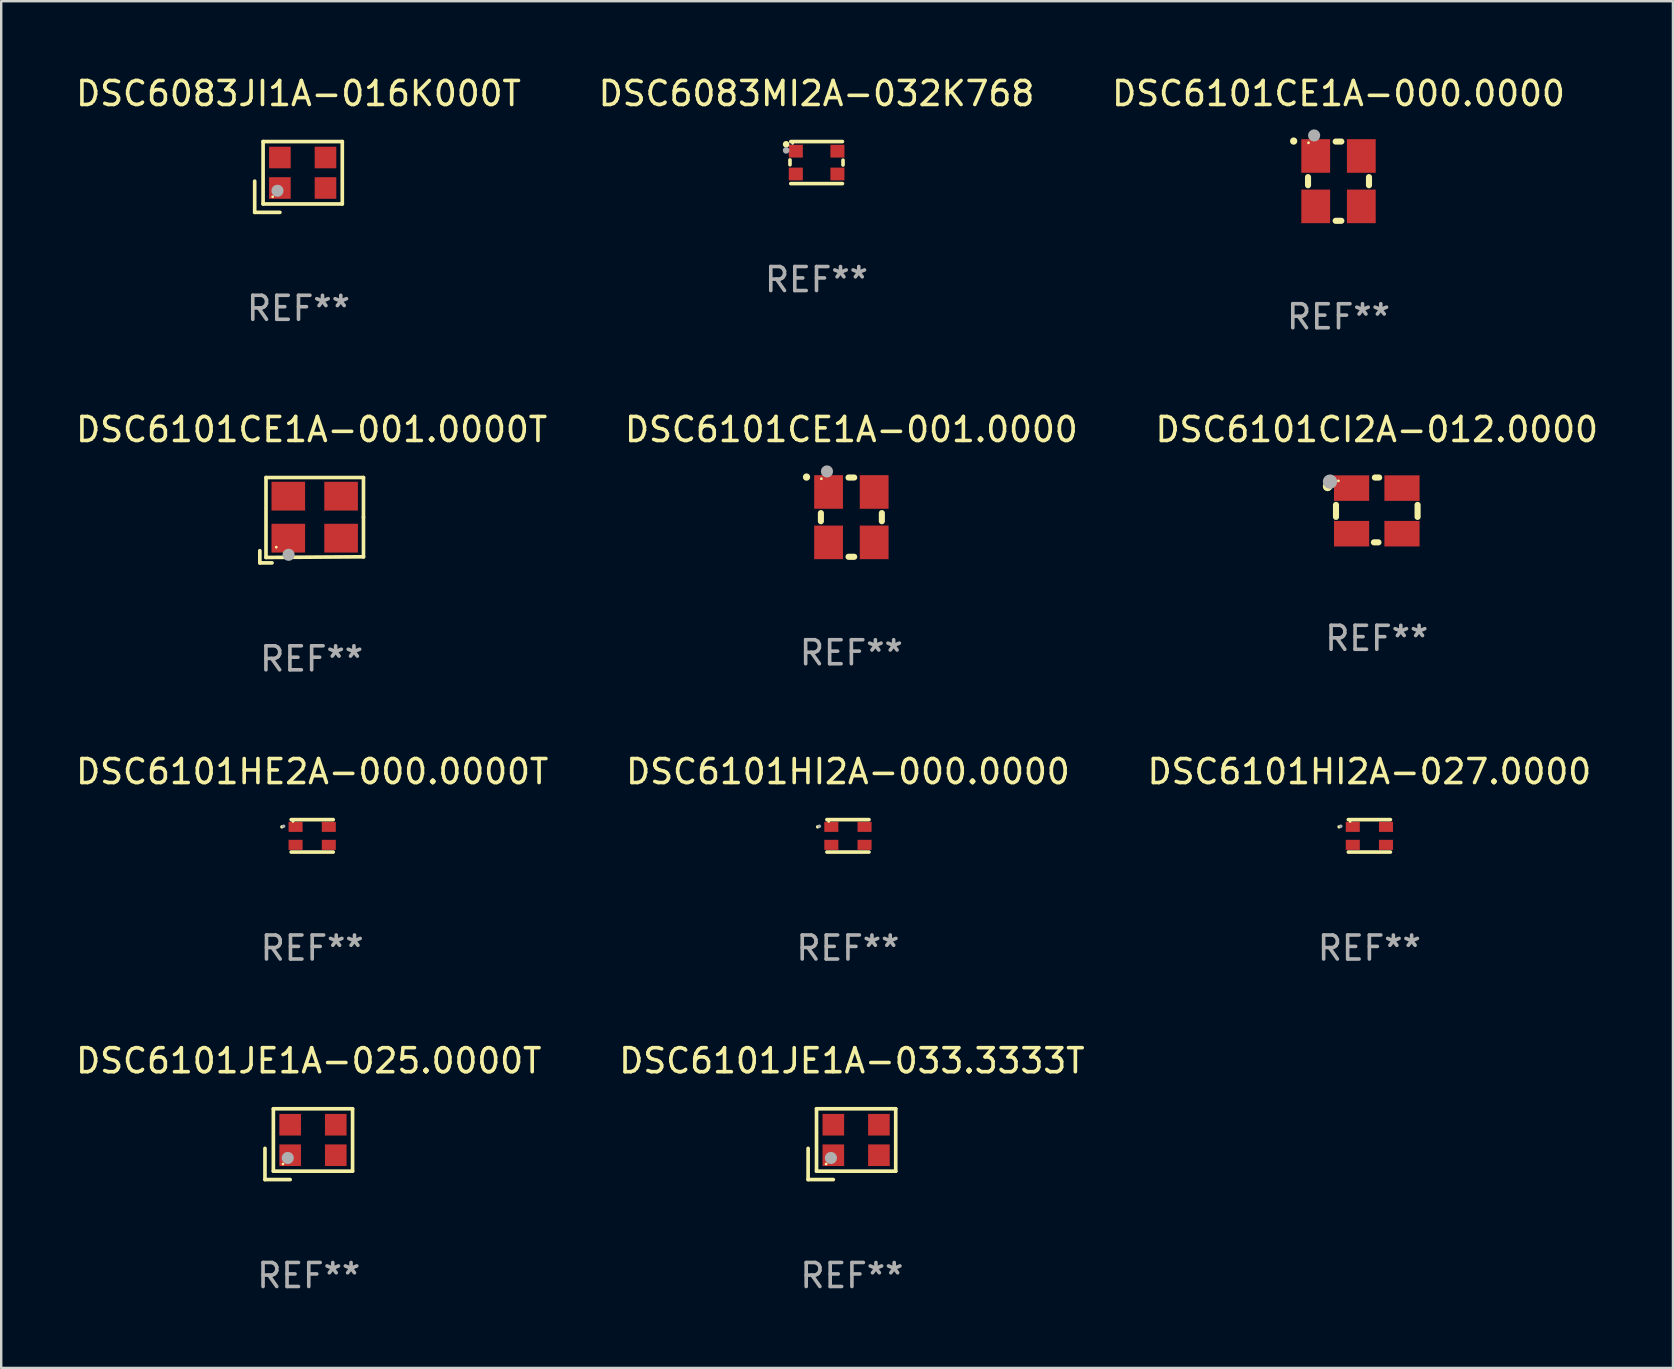
<source format=kicad_pcb>
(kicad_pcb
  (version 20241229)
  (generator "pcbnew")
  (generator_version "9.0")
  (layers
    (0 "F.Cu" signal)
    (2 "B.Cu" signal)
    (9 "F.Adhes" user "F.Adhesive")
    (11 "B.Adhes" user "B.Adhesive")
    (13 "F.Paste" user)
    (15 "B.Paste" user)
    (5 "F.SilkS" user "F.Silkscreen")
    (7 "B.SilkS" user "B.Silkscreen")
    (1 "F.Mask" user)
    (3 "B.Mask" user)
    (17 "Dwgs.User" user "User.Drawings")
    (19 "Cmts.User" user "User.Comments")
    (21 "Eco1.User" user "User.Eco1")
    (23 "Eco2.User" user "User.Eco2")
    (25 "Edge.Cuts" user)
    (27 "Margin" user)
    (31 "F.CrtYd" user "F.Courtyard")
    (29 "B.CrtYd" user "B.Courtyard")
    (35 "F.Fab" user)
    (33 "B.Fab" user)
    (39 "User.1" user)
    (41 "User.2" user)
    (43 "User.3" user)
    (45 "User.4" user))
  (footprint "DSC6101HE2A-000.0000T"
    (layer "F.Cu")
    (at 9.958 31.776)
    (property "Reference" "DSC6101HE2A-000.0000T" (at 0 -2.676 0) (layer "F.SilkS") (effects (font (size 1 1) (thickness 0.15))))
    (attr through_hole)
    (fp_line (start -0.876 -0.676) (end 0.876 -0.676) (stroke (width 0.152) (type solid)) (layer "F.SilkS"))
    (fp_line (start -0.876 0.676) (end 0.876 0.676) (stroke (width 0.152) (type solid)) (layer "F.SilkS"))
    (fp_circle (center -1.261 -0.375) (end -1.223 -0.375) (stroke (width 0.075) (type solid)) (fill no) (layer "F.SilkS"))
    (fp_circle (center -0.8 -0.6) (end -0.77 -0.6) (stroke (width 0.06) (type solid)) (fill no) (layer "F.SilkS"))
    (fp_circle (center -1.19 -0.4) (end -1.152 -0.4) (stroke (width 0.075) (type solid)) (fill no) (layer "F.Fab"))
    (fp_text user "REF**" (at 0 4.676 0) (layer "F.Fab") (effects (font (size 1 1) (thickness 0.15))))
    (pad "1" smd rect (at -0.692 -0.375) (size 0.585 0.42) (layers "F.Cu" "F.Mask" "F.Paste"))
    (pad "2" smd rect (at -0.692 0.375) (size 0.585 0.42) (layers "F.Cu" "F.Mask" "F.Paste"))
    (pad "3" smd rect (at 0.692 0.375) (size 0.585 0.42) (layers "F.Cu" "F.Mask" "F.Paste"))
    (pad "4" smd rect (at 0.692 -0.375) (size 0.585 0.42) (layers "F.Cu" "F.Mask" "F.Paste")))
  (footprint "DSC6101CE1A-001.0000"
    (layer "F.Cu")
    (at 32.423 18.498)
    (property "Reference" "DSC6101CE1A-001.0000" (at 0 -3.651 0) (layer "F.SilkS") (effects (font (size 1 1) (thickness 0.15))))
    (attr through_hole)
    (fp_line (start -1.27 -0.169) (end -1.27 0.169) (stroke (width 0.254) (type solid)) (layer "F.SilkS"))
    (fp_line (start 0.119 -1.651) (end -0.119 -1.651) (stroke (width 0.254) (type solid)) (layer "F.SilkS"))
    (fp_line (start 0.119 1.651) (end -0.119 1.651) (stroke (width 0.254) (type solid)) (layer "F.SilkS"))
    (fp_line (start 1.27 -0.169) (end 1.27 0.169) (stroke (width 0.254) (type solid)) (layer "F.SilkS"))
    (fp_arc (start -1.868631 -1.669799) (mid -1.868636 -1.671069) (end -1.868631 -1.672339) (stroke (width 0.3) (type solid)) (layer "F.SilkS"))
    (fp_circle (center -1.25 -1.6) (end -1.22 -1.6) (stroke (width 0.06) (type solid)) (fill no) (layer "F.SilkS"))
    (fp_circle (center -1.016 -1.905) (end -0.889 -1.905) (stroke (width 0.254) (type solid)) (fill no) (layer "F.Fab"))
    (fp_text user "REF**" (at 0 5.651 0) (layer "F.Fab") (effects (font (size 1 1) (thickness 0.15))))
    (pad "1" smd rect (at -0.95 -1.05 90) (size 1.4 1.2) (layers "F.Cu" "F.Mask" "F.Paste"))
    (pad "2" smd rect (at -0.95 1.05 90) (size 1.4 1.2) (layers "F.Cu" "F.Mask" "F.Paste"))
    (pad "3" smd rect (at 0.95 1.05 90) (size 1.4 1.2) (layers "F.Cu" "F.Mask" "F.Paste"))
    (pad "4" smd rect (at 0.95 -1.05 90) (size 1.4 1.2) (layers "F.Cu" "F.Mask" "F.Paste")))
  (footprint "DSC6101HI2A-027.0000"
    (layer "F.Cu")
    (at 54.006 31.776)
    (property "Reference" "DSC6101HI2A-027.0000" (at 0 -2.676 0) (layer "F.SilkS") (effects (font (size 1 1) (thickness 0.15))))
    (attr through_hole)
    (fp_line (start -0.876 -0.676) (end 0.876 -0.676) (stroke (width 0.152) (type solid)) (layer "F.SilkS"))
    (fp_line (start -0.876 0.676) (end 0.876 0.676) (stroke (width 0.152) (type solid)) (layer "F.SilkS"))
    (fp_circle (center -1.261 -0.375) (end -1.223 -0.375) (stroke (width 0.075) (type solid)) (fill no) (layer "F.SilkS"))
    (fp_circle (center -0.8 -0.6) (end -0.77 -0.6) (stroke (width 0.06) (type solid)) (fill no) (layer "F.SilkS"))
    (fp_circle (center -1.19 -0.4) (end -1.152 -0.4) (stroke (width 0.075) (type solid)) (fill no) (layer "F.Fab"))
    (fp_text user "REF**" (at 0 4.676 0) (layer "F.Fab") (effects (font (size 1 1) (thickness 0.15))))
    (pad "1" smd rect (at -0.692 -0.375) (size 0.585 0.42) (layers "F.Cu" "F.Mask" "F.Paste"))
    (pad "2" smd rect (at -0.692 0.375) (size 0.585 0.42) (layers "F.Cu" "F.Mask" "F.Paste"))
    (pad "3" smd rect (at 0.692 0.375) (size 0.585 0.42) (layers "F.Cu" "F.Mask" "F.Paste"))
    (pad "4" smd rect (at 0.692 -0.375) (size 0.585 0.42) (layers "F.Cu" "F.Mask" "F.Paste")))
  (footprint "DSC6101CE1A-001.0000T"
    (layer "F.Cu")
    (at 9.935 18.625)
    (property "Reference" "DSC6101CE1A-001.0000T" (at 0 -3.778 0) (layer "F.SilkS") (effects (font (size 1 1) (thickness 0.15))))
    (attr through_hole)
    (fp_line (start -2.159 1.27) (end -2.159 1.778) (stroke (width 0.152) (type solid)) (layer "F.SilkS"))
    (fp_line (start -2.159 1.778) (end -1.651 1.778) (stroke (width 0.152) (type solid)) (layer "F.SilkS"))
    (fp_line (start -1.902 -1.778) (end 2.159 -1.778) (stroke (width 0.152) (type solid)) (layer "F.SilkS"))
    (fp_line (start -1.902 1.552) (end -1.902 -1.778) (stroke (width 0.152) (type solid)) (layer "F.SilkS"))
    (fp_line (start 2.159 -1.778) (end 2.159 -0.127) (stroke (width 0.152) (type solid)) (layer "F.SilkS"))
    (fp_line (start 2.159 -0.127) (end 2.159 1.524) (stroke (width 0.152) (type solid)) (layer "F.SilkS"))
    (fp_line (start 2.159 1.524) (end -1.902 1.552) (stroke (width 0.152) (type solid)) (layer "F.SilkS"))
    (fp_line (start 2.159 1.524) (end 2.159 1.524) (stroke (width 0.152) (type solid)) (layer "F.SilkS"))
    (fp_circle (center -1.473 1.123) (end -1.443 1.123) (stroke (width 0.06) (type solid)) (fill no) (layer "F.SilkS"))
    (fp_circle (center -0.961 1.44) (end -0.834 1.44) (stroke (width 0.254) (type solid)) (fill no) (layer "F.Fab"))
    (fp_text user "REF**" (at 0 5.778 0) (layer "F.Fab") (effects (font (size 1 1) (thickness 0.15))))
    (pad "1" smd rect (at -0.973 0.748) (size 1.4 1.2) (layers "F.Cu" "F.Mask" "F.Paste"))
    (pad "2" smd rect (at 1.227 0.748) (size 1.4 1.2) (layers "F.Cu" "F.Mask" "F.Paste"))
    (pad "3" smd rect (at 1.227 -1.002) (size 1.4 1.2) (layers "F.Cu" "F.Mask" "F.Paste"))
    (pad "4" smd rect (at -0.973 -1.002) (size 1.4 1.2) (layers "F.Cu" "F.Mask" "F.Paste")))
  (footprint "DSC6101JE1A-033.3333T"
    (layer "F.Cu")
    (at 32.446 44.623)
    (property "Reference" "DSC6101JE1A-033.3333T" (at 0 -3.475 0) (layer "F.SilkS") (effects (font (size 1 1) (thickness 0.15))))
    (attr through_hole)
    (fp_line (start -1.825 0.175) (end -1.825 1.475) (stroke (width 0.152) (type solid)) (layer "F.SilkS"))
    (fp_line (start -1.825 1.475) (end -0.775 1.475) (stroke (width 0.152) (type solid)) (layer "F.SilkS"))
    (fp_line (start -1.475 -1.475) (end -1.475 1.125) (stroke (width 0.152) (type solid)) (layer "F.SilkS"))
    (fp_line (start -1.475 1.125) (end 1.825 1.125) (stroke (width 0.152) (type solid)) (layer "F.SilkS"))
    (fp_line (start 1.825 -1.475) (end -1.475 -1.475) (stroke (width 0.152) (type solid)) (layer "F.SilkS"))
    (fp_line (start 1.825 1.125) (end 1.825 -1.475) (stroke (width 0.152) (type solid)) (layer "F.SilkS"))
    (fp_circle (center -1.075 0.825) (end -1.045 0.825) (stroke (width 0.06) (type solid)) (fill no) (layer "F.SilkS"))
    (fp_circle (center -0.875 0.575) (end -0.748 0.575) (stroke (width 0.254) (type solid)) (fill no) (layer "F.Fab"))
    (fp_text user "REF**" (at 0 5.475 0) (layer "F.Fab") (effects (font (size 1 1) (thickness 0.15))))
    (pad "1" smd rect (at -0.775 0.46) (size 0.9 0.9) (layers "F.Cu" "F.Mask" "F.Paste"))
    (pad "2" smd rect (at 1.125 0.46) (size 0.9 0.9) (layers "F.Cu" "F.Mask" "F.Paste"))
    (pad "3" smd rect (at 1.125 -0.81) (size 0.9 0.9) (layers "F.Cu" "F.Mask" "F.Paste"))
    (pad "4" smd rect (at -0.775 -0.81) (size 0.9 0.9) (layers "F.Cu" "F.Mask" "F.Paste")))
  (footprint "DSC6101HI2A-000.0000"
    (layer "F.Cu")
    (at 32.28 31.776)
    (property "Reference" "DSC6101HI2A-000.0000" (at 0 -2.676 0) (layer "F.SilkS") (effects (font (size 1 1) (thickness 0.15))))
    (attr through_hole)
    (fp_line (start -0.876 -0.676) (end 0.876 -0.676) (stroke (width 0.152) (type solid)) (layer "F.SilkS"))
    (fp_line (start -0.876 0.676) (end 0.876 0.676) (stroke (width 0.152) (type solid)) (layer "F.SilkS"))
    (fp_circle (center -1.261 -0.375) (end -1.223 -0.375) (stroke (width 0.075) (type solid)) (fill no) (layer "F.SilkS"))
    (fp_circle (center -0.8 -0.6) (end -0.77 -0.6) (stroke (width 0.06) (type solid)) (fill no) (layer "F.SilkS"))
    (fp_circle (center -1.19 -0.4) (end -1.152 -0.4) (stroke (width 0.075) (type solid)) (fill no) (layer "F.Fab"))
    (fp_text user "REF**" (at 0 4.676 0) (layer "F.Fab") (effects (font (size 1 1) (thickness 0.15))))
    (pad "1" smd rect (at -0.692 -0.375) (size 0.585 0.42) (layers "F.Cu" "F.Mask" "F.Paste"))
    (pad "2" smd rect (at -0.692 0.375) (size 0.585 0.42) (layers "F.Cu" "F.Mask" "F.Paste"))
    (pad "3" smd rect (at 0.692 0.375) (size 0.585 0.42) (layers "F.Cu" "F.Mask" "F.Paste"))
    (pad "4" smd rect (at 0.692 -0.375) (size 0.585 0.42) (layers "F.Cu" "F.Mask" "F.Paste")))
  (footprint "DSC6083JI1A-016K000T"
    (layer "F.Cu")
    (at 9.387 4.323)
    (property "Reference" "DSC6083JI1A-016K000T" (at 0 -3.475 0) (layer "F.SilkS") (effects (font (size 1 1) (thickness 0.15))))
    (attr through_hole)
    (fp_line (start -1.825 0.175) (end -1.825 1.475) (stroke (width 0.152) (type solid)) (layer "F.SilkS"))
    (fp_line (start -1.825 1.475) (end -0.775 1.475) (stroke (width 0.152) (type solid)) (layer "F.SilkS"))
    (fp_line (start -1.475 -1.475) (end -1.475 1.125) (stroke (width 0.152) (type solid)) (layer "F.SilkS"))
    (fp_line (start -1.475 1.125) (end 1.825 1.125) (stroke (width 0.152) (type solid)) (layer "F.SilkS"))
    (fp_line (start 1.825 -1.475) (end -1.475 -1.475) (stroke (width 0.152) (type solid)) (layer "F.SilkS"))
    (fp_line (start 1.825 1.125) (end 1.825 -1.475) (stroke (width 0.152) (type solid)) (layer "F.SilkS"))
    (fp_circle (center -1.075 0.825) (end -1.045 0.825) (stroke (width 0.06) (type solid)) (fill no) (layer "F.SilkS"))
    (fp_circle (center -0.875 0.575) (end -0.748 0.575) (stroke (width 0.254) (type solid)) (fill no) (layer "F.Fab"))
    (fp_text user "REF**" (at 0 5.475 0) (layer "F.Fab") (effects (font (size 1 1) (thickness 0.15))))
    (pad "1" smd rect (at -0.775 0.46) (size 0.9 0.9) (layers "F.Cu" "F.Mask" "F.Paste"))
    (pad "2" smd rect (at 1.125 0.46) (size 0.9 0.9) (layers "F.Cu" "F.Mask" "F.Paste"))
    (pad "3" smd rect (at 1.125 -0.81) (size 0.9 0.9) (layers "F.Cu" "F.Mask" "F.Paste"))
    (pad "4" smd rect (at -0.775 -0.81) (size 0.9 0.9) (layers "F.Cu" "F.Mask" "F.Paste")))
  (footprint "DSC6101CI2A-012.0000"
    (layer "F.Cu")
    (at 54.315 18.197)
    (property "Reference" "DSC6101CI2A-012.0000" (at 0 -3.35 0) (layer "F.SilkS") (effects (font (size 1 1) (thickness 0.15))))
    (attr through_hole)
    (fp_line (start -1.7 0.29) (end -1.7 -0.21) (stroke (width 0.254) (type solid)) (layer "F.SilkS"))
    (fp_line (start -0.12 1.35) (end 0.07 1.35) (stroke (width 0.254) (type solid)) (layer "F.SilkS"))
    (fp_line (start -0.08 -1.35) (end 0.1 -1.35) (stroke (width 0.254) (type solid)) (layer "F.SilkS"))
    (fp_line (start 1.7 -0.21) (end 1.7 0.29) (stroke (width 0.254) (type solid)) (layer "F.SilkS"))
    (fp_circle (center -2.05 -0.98) (end -1.95 -0.98) (stroke (width 0.2) (type solid)) (fill no) (layer "F.SilkS"))
    (fp_circle (center -1.6 -1.21) (end -1.57 -1.21) (stroke (width 0.06) (type solid)) (fill no) (layer "F.SilkS"))
    (fp_circle (center -1.95 -1.18) (end -1.8 -1.18) (stroke (width 0.3) (type solid)) (fill no) (layer "F.Fab"))
    (fp_text user "REF**" (at 0 5.35 0) (layer "F.Fab") (effects (font (size 1 1) (thickness 0.15))))
    (pad "1" smd rect (at -1.05 -0.91) (size 1.465 1.064) (layers "F.Cu" "F.Mask" "F.Paste"))
    (pad "2" smd rect (at 1.05 -0.91) (size 1.465 1.064) (layers "F.Cu" "F.Mask" "F.Paste"))
    (pad "3" smd rect (at 1.05 0.99) (size 1.465 1.064) (layers "F.Cu" "F.Mask" "F.Paste"))
    (pad "4" smd rect (at -1.05 0.99) (size 1.465 1.064) (layers "F.Cu" "F.Mask" "F.Paste")))
  (footprint "DSC6083MI2A-032K768"
    (layer "F.Cu")
    (at 30.97 3.724)
    (property "Reference" "DSC6083MI2A-032K768" (at 0 -2.876 0) (layer "F.SilkS") (effects (font (size 1 1) (thickness 0.15))))
    (attr through_hole)
    (fp_line (start -1.105 -0.11) (end -1.105 0.09) (stroke (width 0.152) (type solid)) (layer "F.SilkS"))
    (fp_line (start -1.071 -0.876) (end 1.081 -0.876) (stroke (width 0.152) (type solid)) (layer "F.SilkS"))
    (fp_line (start -1.071 0.876) (end 1.081 0.876) (stroke (width 0.152) (type solid)) (layer "F.SilkS"))
    (fp_line (start 1.105 -0.1) (end 1.105 0.1) (stroke (width 0.152) (type solid)) (layer "F.SilkS"))
    (fp_circle (center -1.265 -0.762) (end -1.196 -0.762) (stroke (width 0.137) (type solid)) (fill no) (layer "F.SilkS"))
    (fp_circle (center -0.995 -0.8) (end -0.965 -0.8) (stroke (width 0.06) (type solid)) (fill no) (layer "F.SilkS"))
    (fp_circle (center -1.265 -0.508) (end -1.196 -0.508) (stroke (width 0.137) (type solid)) (fill no) (layer "F.Fab"))
    (fp_text user "REF**" (at 0 4.876 0) (layer "F.Fab") (effects (font (size 1 1) (thickness 0.15))))
    (pad "1" smd rect (at -0.862 -0.475) (size 0.585 0.532) (layers "F.Cu" "F.Mask" "F.Paste"))
    (pad "2" smd rect (at -0.862 0.475) (size 0.585 0.532) (layers "F.Cu" "F.Mask" "F.Paste"))
    (pad "3" smd rect (at 0.872 0.475) (size 0.585 0.532) (layers "F.Cu" "F.Mask" "F.Paste"))
    (pad "4" smd rect (at 0.872 -0.475) (size 0.585 0.532) (layers "F.Cu" "F.Mask" "F.Paste")))
  (footprint "DSC6101JE1A-025.0000T"
    (layer "F.Cu")
    (at 9.815 44.623)
    (property "Reference" "DSC6101JE1A-025.0000T" (at 0 -3.475 0) (layer "F.SilkS") (effects (font (size 1 1) (thickness 0.15))))
    (attr through_hole)
    (fp_line (start -1.825 0.175) (end -1.825 1.475) (stroke (width 0.152) (type solid)) (layer "F.SilkS"))
    (fp_line (start -1.825 1.475) (end -0.775 1.475) (stroke (width 0.152) (type solid)) (layer "F.SilkS"))
    (fp_line (start -1.475 -1.475) (end -1.475 1.125) (stroke (width 0.152) (type solid)) (layer "F.SilkS"))
    (fp_line (start -1.475 1.125) (end 1.825 1.125) (stroke (width 0.152) (type solid)) (layer "F.SilkS"))
    (fp_line (start 1.825 -1.475) (end -1.475 -1.475) (stroke (width 0.152) (type solid)) (layer "F.SilkS"))
    (fp_line (start 1.825 1.125) (end 1.825 -1.475) (stroke (width 0.152) (type solid)) (layer "F.SilkS"))
    (fp_circle (center -1.075 0.825) (end -1.045 0.825) (stroke (width 0.06) (type solid)) (fill no) (layer "F.SilkS"))
    (fp_circle (center -0.875 0.575) (end -0.748 0.575) (stroke (width 0.254) (type solid)) (fill no) (layer "F.Fab"))
    (fp_text user "REF**" (at 0 5.475 0) (layer "F.Fab") (effects (font (size 1 1) (thickness 0.15))))
    (pad "1" smd rect (at -0.775 0.46) (size 0.9 0.9) (layers "F.Cu" "F.Mask" "F.Paste"))
    (pad "2" smd rect (at 1.125 0.46) (size 0.9 0.9) (layers "F.Cu" "F.Mask" "F.Paste"))
    (pad "3" smd rect (at 1.125 -0.81) (size 0.9 0.9) (layers "F.Cu" "F.Mask" "F.Paste"))
    (pad "4" smd rect (at -0.775 -0.81) (size 0.9 0.9) (layers "F.Cu" "F.Mask" "F.Paste")))
  (footprint "DSC6101CE1A-000.0000"
    (layer "F.Cu")
    (at 52.72 4.499)
    (property "Reference" "DSC6101CE1A-000.0000" (at 0 -3.651 0) (layer "F.SilkS") (effects (font (size 1 1) (thickness 0.15))))
    (attr through_hole)
    (fp_line (start -1.27 -0.169) (end -1.27 0.169) (stroke (width 0.254) (type solid)) (layer "F.SilkS"))
    (fp_line (start 0.119 -1.651) (end -0.119 -1.651) (stroke (width 0.254) (type solid)) (layer "F.SilkS"))
    (fp_line (start 0.119 1.651) (end -0.119 1.651) (stroke (width 0.254) (type solid)) (layer "F.SilkS"))
    (fp_line (start 1.27 -0.169) (end 1.27 0.169) (stroke (width 0.254) (type solid)) (layer "F.SilkS"))
    (fp_arc (start -1.868631 -1.669799) (mid -1.868636 -1.671069) (end -1.868631 -1.672339) (stroke (width 0.3) (type solid)) (layer "F.SilkS"))
    (fp_circle (center -1.25 -1.6) (end -1.22 -1.6) (stroke (width 0.06) (type solid)) (fill no) (layer "F.SilkS"))
    (fp_circle (center -1.016 -1.905) (end -0.889 -1.905) (stroke (width 0.254) (type solid)) (fill no) (layer "F.Fab"))
    (fp_text user "REF**" (at 0 5.651 0) (layer "F.Fab") (effects (font (size 1 1) (thickness 0.15))))
    (pad "1" smd rect (at -0.95 -1.05 90) (size 1.4 1.2) (layers "F.Cu" "F.Mask" "F.Paste"))
    (pad "2" smd rect (at -0.95 1.05 90) (size 1.4 1.2) (layers "F.Cu" "F.Mask" "F.Paste"))
    (pad "3" smd rect (at 0.95 1.05 90) (size 1.4 1.2) (layers "F.Cu" "F.Mask" "F.Paste"))
    (pad "4" smd rect (at 0.95 -1.05 90) (size 1.4 1.2) (layers "F.Cu" "F.Mask" "F.Paste")))
  (gr_rect
    (start -3 -3)
    (end 66.655 53.947)
    (stroke (width 0.1) (type default))
    (fill no)
    (layer "Edge.Cuts")))
</source>
